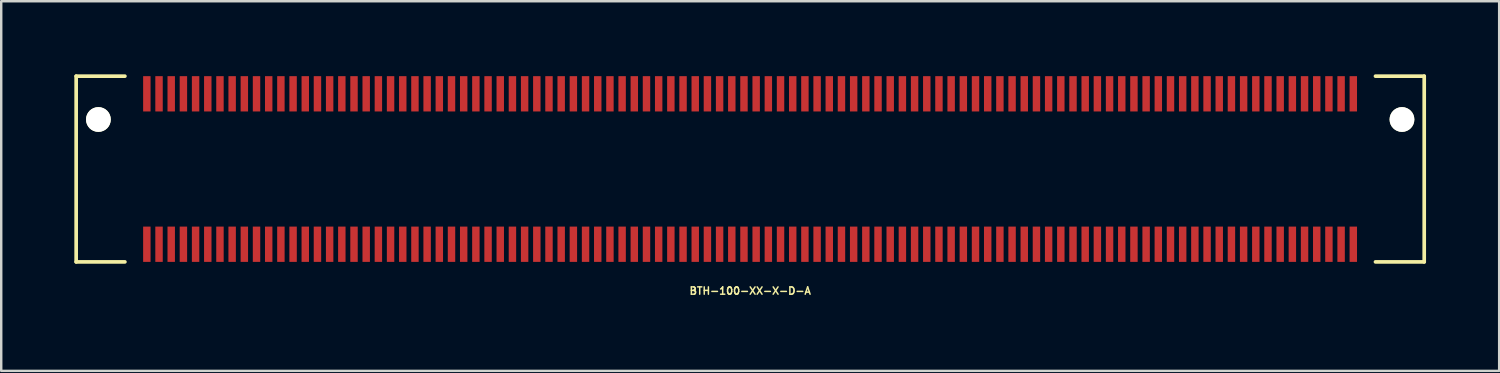
<source format=kicad_pcb>
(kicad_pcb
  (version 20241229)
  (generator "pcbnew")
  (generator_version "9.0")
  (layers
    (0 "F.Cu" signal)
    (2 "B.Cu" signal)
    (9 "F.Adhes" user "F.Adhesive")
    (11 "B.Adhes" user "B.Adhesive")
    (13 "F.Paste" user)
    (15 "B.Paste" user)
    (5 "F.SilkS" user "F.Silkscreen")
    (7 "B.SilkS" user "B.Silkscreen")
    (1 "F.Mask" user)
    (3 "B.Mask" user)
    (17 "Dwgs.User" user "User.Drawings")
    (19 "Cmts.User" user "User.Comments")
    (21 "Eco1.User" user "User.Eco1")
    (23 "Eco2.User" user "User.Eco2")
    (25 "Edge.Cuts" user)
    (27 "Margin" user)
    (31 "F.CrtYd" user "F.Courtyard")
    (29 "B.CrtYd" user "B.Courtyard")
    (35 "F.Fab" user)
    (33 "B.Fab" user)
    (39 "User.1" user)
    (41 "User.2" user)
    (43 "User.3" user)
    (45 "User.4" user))
  (footprint "BTH-100-XX-X-D-A"
    (layer "F.Cu")
    (at 27.73 3.885)
    (property "Reference" "BTH-100-XX-X-D-A" (at 0 5 0) (layer "F.SilkS") (effects (font (size 0.3 0.3) (thickness 0.061))))
    (attr smd)
    (fp_line (start -27.655 -3.81) (end -27.655 3.81) (stroke (width 0.15) (type solid)) (layer "F.SilkS"))
    (fp_line (start -27.655 3.81) (end -25.655 3.81) (stroke (width 0.15) (type solid)) (layer "F.SilkS"))
    (fp_line (start -25.655 -3.81) (end -27.655 -3.81) (stroke (width 0.15) (type solid)) (layer "F.SilkS"))
    (fp_line (start 25.655 -3.81) (end 27.655 -3.81) (stroke (width 0.15) (type solid)) (layer "F.SilkS"))
    (fp_line (start 27.655 -3.81) (end 27.655 3.81) (stroke (width 0.15) (type solid)) (layer "F.SilkS"))
    (fp_line (start 27.655 3.81) (end 25.655 3.81) (stroke (width 0.15) (type solid)) (layer "F.SilkS"))
    (pad "" np_thru_hole circle (at -26.743 -2.032) (size 1.016 1.016) (drill 1.016) (layers "*.Cu" "*.Mask" "F.SilkS"))
    (pad "" np_thru_hole circle (at 26.742 -2.032) (size 1.016 1.016) (drill 1.016) (layers "*.Cu" "*.Mask" "F.SilkS"))
    (pad "1" smd rect (at -24.755 -3.086) (size 0.305 1.448) (layers "F.Cu" "F.Mask" "F.Paste"))
    (pad "2" smd rect (at -24.755 3.086) (size 0.305 1.448) (layers "F.Cu" "F.Mask" "F.Paste"))
    (pad "3" smd rect (at -24.255 -3.086) (size 0.305 1.448) (layers "F.Cu" "F.Mask" "F.Paste"))
    (pad "4" smd rect (at -24.255 3.086) (size 0.305 1.448) (layers "F.Cu" "F.Mask" "F.Paste"))
    (pad "5" smd rect (at -23.755 -3.086) (size 0.305 1.448) (layers "F.Cu" "F.Mask" "F.Paste"))
    (pad "6" smd rect (at -23.755 3.086) (size 0.305 1.448) (layers "F.Cu" "F.Mask" "F.Paste"))
    (pad "7" smd rect (at -23.255 -3.086) (size 0.305 1.448) (layers "F.Cu" "F.Mask" "F.Paste"))
    (pad "8" smd rect (at -23.255 3.086) (size 0.305 1.448) (layers "F.Cu" "F.Mask" "F.Paste"))
    (pad "9" smd rect (at -22.755 -3.086) (size 0.305 1.448) (layers "F.Cu" "F.Mask" "F.Paste"))
    (pad "10" smd rect (at -22.755 3.086) (size 0.305 1.448) (layers "F.Cu" "F.Mask" "F.Paste"))
    (pad "11" smd rect (at -22.255 -3.086) (size 0.305 1.448) (layers "F.Cu" "F.Mask" "F.Paste"))
    (pad "12" smd rect (at -22.255 3.086) (size 0.305 1.448) (layers "F.Cu" "F.Mask" "F.Paste"))
    (pad "13" smd rect (at -21.755 -3.086) (size 0.305 1.448) (layers "F.Cu" "F.Mask" "F.Paste"))
    (pad "14" smd rect (at -21.755 3.086) (size 0.305 1.448) (layers "F.Cu" "F.Mask" "F.Paste"))
    (pad "15" smd rect (at -21.255 -3.086) (size 0.305 1.448) (layers "F.Cu" "F.Mask" "F.Paste"))
    (pad "16" smd rect (at -21.255 3.086) (size 0.305 1.448) (layers "F.Cu" "F.Mask" "F.Paste"))
    (pad "17" smd rect (at -20.755 -3.086) (size 0.305 1.448) (layers "F.Cu" "F.Mask" "F.Paste"))
    (pad "18" smd rect (at -20.755 3.086) (size 0.305 1.448) (layers "F.Cu" "F.Mask" "F.Paste"))
    (pad "19" smd rect (at -20.255 -3.086) (size 0.305 1.448) (layers "F.Cu" "F.Mask" "F.Paste"))
    (pad "20" smd rect (at -20.255 3.086) (size 0.305 1.448) (layers "F.Cu" "F.Mask" "F.Paste"))
    (pad "21" smd rect (at -19.755 -3.086) (size 0.305 1.448) (layers "F.Cu" "F.Mask" "F.Paste"))
    (pad "22" smd rect (at -19.755 3.086) (size 0.305 1.448) (layers "F.Cu" "F.Mask" "F.Paste"))
    (pad "23" smd rect (at -19.255 -3.086) (size 0.305 1.448) (layers "F.Cu" "F.Mask" "F.Paste"))
    (pad "24" smd rect (at -19.255 3.086) (size 0.305 1.448) (layers "F.Cu" "F.Mask" "F.Paste"))
    (pad "25" smd rect (at -18.755 -3.086) (size 0.305 1.448) (layers "F.Cu" "F.Mask" "F.Paste"))
    (pad "26" smd rect (at -18.755 3.086) (size 0.305 1.448) (layers "F.Cu" "F.Mask" "F.Paste"))
    (pad "27" smd rect (at -18.255 -3.086) (size 0.305 1.448) (layers "F.Cu" "F.Mask" "F.Paste"))
    (pad "28" smd rect (at -18.255 3.086) (size 0.305 1.448) (layers "F.Cu" "F.Mask" "F.Paste"))
    (pad "29" smd rect (at -17.755 -3.086) (size 0.305 1.448) (layers "F.Cu" "F.Mask" "F.Paste"))
    (pad "30" smd rect (at -17.755 3.086) (size 0.305 1.448) (layers "F.Cu" "F.Mask" "F.Paste"))
    (pad "31" smd rect (at -17.255 -3.086) (size 0.305 1.448) (layers "F.Cu" "F.Mask" "F.Paste"))
    (pad "32" smd rect (at -17.255 3.086) (size 0.305 1.448) (layers "F.Cu" "F.Mask" "F.Paste"))
    (pad "33" smd rect (at -16.755 -3.086) (size 0.305 1.448) (layers "F.Cu" "F.Mask" "F.Paste"))
    (pad "34" smd rect (at -16.755 3.086) (size 0.305 1.448) (layers "F.Cu" "F.Mask" "F.Paste"))
    (pad "35" smd rect (at -16.255 -3.086) (size 0.305 1.448) (layers "F.Cu" "F.Mask" "F.Paste"))
    (pad "36" smd rect (at -16.255 3.086) (size 0.305 1.448) (layers "F.Cu" "F.Mask" "F.Paste"))
    (pad "37" smd rect (at -15.755 -3.086) (size 0.305 1.448) (layers "F.Cu" "F.Mask" "F.Paste"))
    (pad "38" smd rect (at -15.755 3.086) (size 0.305 1.448) (layers "F.Cu" "F.Mask" "F.Paste"))
    (pad "39" smd rect (at -15.255 -3.086) (size 0.305 1.448) (layers "F.Cu" "F.Mask" "F.Paste"))
    (pad "40" smd rect (at -15.255 3.086) (size 0.305 1.448) (layers "F.Cu" "F.Mask" "F.Paste"))
    (pad "41" smd rect (at -14.755 -3.086) (size 0.305 1.448) (layers "F.Cu" "F.Mask" "F.Paste"))
    (pad "42" smd rect (at -14.755 3.086) (size 0.305 1.448) (layers "F.Cu" "F.Mask" "F.Paste"))
    (pad "43" smd rect (at -14.255 -3.086) (size 0.305 1.448) (layers "F.Cu" "F.Mask" "F.Paste"))
    (pad "44" smd rect (at -14.255 3.086) (size 0.305 1.448) (layers "F.Cu" "F.Mask" "F.Paste"))
    (pad "45" smd rect (at -13.755 -3.086) (size 0.305 1.448) (layers "F.Cu" "F.Mask" "F.Paste"))
    (pad "46" smd rect (at -13.755 3.086) (size 0.305 1.448) (layers "F.Cu" "F.Mask" "F.Paste"))
    (pad "47" smd rect (at -13.255 -3.086) (size 0.305 1.448) (layers "F.Cu" "F.Mask" "F.Paste"))
    (pad "48" smd rect (at -13.255 3.086) (size 0.305 1.448) (layers "F.Cu" "F.Mask" "F.Paste"))
    (pad "49" smd rect (at -12.755 -3.086) (size 0.305 1.448) (layers "F.Cu" "F.Mask" "F.Paste"))
    (pad "50" smd rect (at -12.755 3.086) (size 0.305 1.448) (layers "F.Cu" "F.Mask" "F.Paste"))
    (pad "51" smd rect (at -12.255 -3.086) (size 0.305 1.448) (layers "F.Cu" "F.Mask" "F.Paste"))
    (pad "52" smd rect (at -12.255 3.086) (size 0.305 1.448) (layers "F.Cu" "F.Mask" "F.Paste"))
    (pad "53" smd rect (at -11.755 -3.086) (size 0.305 1.448) (layers "F.Cu" "F.Mask" "F.Paste"))
    (pad "54" smd rect (at -11.755 3.086) (size 0.305 1.448) (layers "F.Cu" "F.Mask" "F.Paste"))
    (pad "55" smd rect (at -11.255 -3.086) (size 0.305 1.448) (layers "F.Cu" "F.Mask" "F.Paste"))
    (pad "56" smd rect (at -11.255 3.086) (size 0.305 1.448) (layers "F.Cu" "F.Mask" "F.Paste"))
    (pad "57" smd rect (at -10.755 -3.086) (size 0.305 1.448) (layers "F.Cu" "F.Mask" "F.Paste"))
    (pad "58" smd rect (at -10.755 3.086) (size 0.305 1.448) (layers "F.Cu" "F.Mask" "F.Paste"))
    (pad "59" smd rect (at -10.255 -3.086) (size 0.305 1.448) (layers "F.Cu" "F.Mask" "F.Paste"))
    (pad "60" smd rect (at -10.255 3.086) (size 0.305 1.448) (layers "F.Cu" "F.Mask" "F.Paste"))
    (pad "61" smd rect (at -9.755 -3.086) (size 0.305 1.448) (layers "F.Cu" "F.Mask" "F.Paste"))
    (pad "62" smd rect (at -9.755 3.086) (size 0.305 1.448) (layers "F.Cu" "F.Mask" "F.Paste"))
    (pad "63" smd rect (at -9.255 -3.086) (size 0.305 1.448) (layers "F.Cu" "F.Mask" "F.Paste"))
    (pad "64" smd rect (at -9.255 3.086) (size 0.305 1.448) (layers "F.Cu" "F.Mask" "F.Paste"))
    (pad "65" smd rect (at -8.755 -3.086) (size 0.305 1.448) (layers "F.Cu" "F.Mask" "F.Paste"))
    (pad "66" smd rect (at -8.755 3.086) (size 0.305 1.448) (layers "F.Cu" "F.Mask" "F.Paste"))
    (pad "67" smd rect (at -8.255 -3.086) (size 0.305 1.448) (layers "F.Cu" "F.Mask" "F.Paste"))
    (pad "68" smd rect (at -8.255 3.086) (size 0.305 1.448) (layers "F.Cu" "F.Mask" "F.Paste"))
    (pad "69" smd rect (at -7.755 -3.086) (size 0.305 1.448) (layers "F.Cu" "F.Mask" "F.Paste"))
    (pad "70" smd rect (at -7.755 3.086) (size 0.305 1.448) (layers "F.Cu" "F.Mask" "F.Paste"))
    (pad "71" smd rect (at -7.255 -3.086) (size 0.305 1.448) (layers "F.Cu" "F.Mask" "F.Paste"))
    (pad "72" smd rect (at -7.255 3.086) (size 0.305 1.448) (layers "F.Cu" "F.Mask" "F.Paste"))
    (pad "73" smd rect (at -6.755 -3.086) (size 0.305 1.448) (layers "F.Cu" "F.Mask" "F.Paste"))
    (pad "74" smd rect (at -6.755 3.086) (size 0.305 1.448) (layers "F.Cu" "F.Mask" "F.Paste"))
    (pad "75" smd rect (at -6.255 -3.086) (size 0.305 1.448) (layers "F.Cu" "F.Mask" "F.Paste"))
    (pad "76" smd rect (at -6.255 3.086) (size 0.305 1.448) (layers "F.Cu" "F.Mask" "F.Paste"))
    (pad "77" smd rect (at -5.755 -3.086) (size 0.305 1.448) (layers "F.Cu" "F.Mask" "F.Paste"))
    (pad "78" smd rect (at -5.755 3.086) (size 0.305 1.448) (layers "F.Cu" "F.Mask" "F.Paste"))
    (pad "79" smd rect (at -5.255 -3.086) (size 0.305 1.448) (layers "F.Cu" "F.Mask" "F.Paste"))
    (pad "80" smd rect (at -5.255 3.086) (size 0.305 1.448) (layers "F.Cu" "F.Mask" "F.Paste"))
    (pad "81" smd rect (at -4.755 -3.086) (size 0.305 1.448) (layers "F.Cu" "F.Mask" "F.Paste"))
    (pad "82" smd rect (at -4.755 3.086) (size 0.305 1.448) (layers "F.Cu" "F.Mask" "F.Paste"))
    (pad "83" smd rect (at -4.255 -3.086) (size 0.305 1.448) (layers "F.Cu" "F.Mask" "F.Paste"))
    (pad "84" smd rect (at -4.255 3.086) (size 0.305 1.448) (layers "F.Cu" "F.Mask" "F.Paste"))
    (pad "85" smd rect (at -3.755 -3.086) (size 0.305 1.448) (layers "F.Cu" "F.Mask" "F.Paste"))
    (pad "86" smd rect (at -3.755 3.086) (size 0.305 1.448) (layers "F.Cu" "F.Mask" "F.Paste"))
    (pad "87" smd rect (at -3.255 -3.086) (size 0.305 1.448) (layers "F.Cu" "F.Mask" "F.Paste"))
    (pad "88" smd rect (at -3.255 3.086) (size 0.305 1.448) (layers "F.Cu" "F.Mask" "F.Paste"))
    (pad "89" smd rect (at -2.755 -3.086) (size 0.305 1.448) (layers "F.Cu" "F.Mask" "F.Paste"))
    (pad "90" smd rect (at -2.755 3.086) (size 0.305 1.448) (layers "F.Cu" "F.Mask" "F.Paste"))
    (pad "91" smd rect (at -2.255 -3.086) (size 0.305 1.448) (layers "F.Cu" "F.Mask" "F.Paste"))
    (pad "92" smd rect (at -2.255 3.086) (size 0.305 1.448) (layers "F.Cu" "F.Mask" "F.Paste"))
    (pad "93" smd rect (at -1.755 -3.086) (size 0.305 1.448) (layers "F.Cu" "F.Mask" "F.Paste"))
    (pad "94" smd rect (at -1.755 3.086) (size 0.305 1.448) (layers "F.Cu" "F.Mask" "F.Paste"))
    (pad "95" smd rect (at -1.255 -3.086) (size 0.305 1.448) (layers "F.Cu" "F.Mask" "F.Paste"))
    (pad "96" smd rect (at -1.255 3.086) (size 0.305 1.448) (layers "F.Cu" "F.Mask" "F.Paste"))
    (pad "97" smd rect (at -0.755 -3.086) (size 0.305 1.448) (layers "F.Cu" "F.Mask" "F.Paste"))
    (pad "98" smd rect (at -0.755 3.086) (size 0.305 1.448) (layers "F.Cu" "F.Mask" "F.Paste"))
    (pad "99" smd rect (at -0.255 -3.086) (size 0.305 1.448) (layers "F.Cu" "F.Mask" "F.Paste"))
    (pad "100" smd rect (at -0.255 3.086) (size 0.305 1.448) (layers "F.Cu" "F.Mask" "F.Paste"))
    (pad "101" smd rect (at 0.245 -3.086) (size 0.305 1.448) (layers "F.Cu" "F.Mask" "F.Paste"))
    (pad "102" smd rect (at 0.245 3.086) (size 0.305 1.448) (layers "F.Cu" "F.Mask" "F.Paste"))
    (pad "103" smd rect (at 0.745 -3.086) (size 0.305 1.448) (layers "F.Cu" "F.Mask" "F.Paste"))
    (pad "104" smd rect (at 0.745 3.086) (size 0.305 1.448) (layers "F.Cu" "F.Mask" "F.Paste"))
    (pad "105" smd rect (at 1.245 -3.086) (size 0.305 1.448) (layers "F.Cu" "F.Mask" "F.Paste"))
    (pad "106" smd rect (at 1.245 3.086) (size 0.305 1.448) (layers "F.Cu" "F.Mask" "F.Paste"))
    (pad "107" smd rect (at 1.745 -3.086) (size 0.305 1.448) (layers "F.Cu" "F.Mask" "F.Paste"))
    (pad "108" smd rect (at 1.745 3.086) (size 0.305 1.448) (layers "F.Cu" "F.Mask" "F.Paste"))
    (pad "109" smd rect (at 2.245 -3.086) (size 0.305 1.448) (layers "F.Cu" "F.Mask" "F.Paste"))
    (pad "110" smd rect (at 2.245 3.086) (size 0.305 1.448) (layers "F.Cu" "F.Mask" "F.Paste"))
    (pad "111" smd rect (at 2.745 -3.086) (size 0.305 1.448) (layers "F.Cu" "F.Mask" "F.Paste"))
    (pad "112" smd rect (at 2.745 3.086) (size 0.305 1.448) (layers "F.Cu" "F.Mask" "F.Paste"))
    (pad "113" smd rect (at 3.245 -3.086) (size 0.305 1.448) (layers "F.Cu" "F.Mask" "F.Paste"))
    (pad "114" smd rect (at 3.245 3.086) (size 0.305 1.448) (layers "F.Cu" "F.Mask" "F.Paste"))
    (pad "115" smd rect (at 3.745 -3.086) (size 0.305 1.448) (layers "F.Cu" "F.Mask" "F.Paste"))
    (pad "116" smd rect (at 3.745 3.086) (size 0.305 1.448) (layers "F.Cu" "F.Mask" "F.Paste"))
    (pad "117" smd rect (at 4.245 -3.086) (size 0.305 1.448) (layers "F.Cu" "F.Mask" "F.Paste"))
    (pad "118" smd rect (at 4.245 3.086) (size 0.305 1.448) (layers "F.Cu" "F.Mask" "F.Paste"))
    (pad "119" smd rect (at 4.745 -3.086) (size 0.305 1.448) (layers "F.Cu" "F.Mask" "F.Paste"))
    (pad "120" smd rect (at 4.745 3.086) (size 0.305 1.448) (layers "F.Cu" "F.Mask" "F.Paste"))
    (pad "121" smd rect (at 5.245 -3.086) (size 0.305 1.448) (layers "F.Cu" "F.Mask" "F.Paste"))
    (pad "122" smd rect (at 5.245 3.086) (size 0.305 1.448) (layers "F.Cu" "F.Mask" "F.Paste"))
    (pad "123" smd rect (at 5.745 -3.086) (size 0.305 1.448) (layers "F.Cu" "F.Mask" "F.Paste"))
    (pad "124" smd rect (at 5.745 3.086) (size 0.305 1.448) (layers "F.Cu" "F.Mask" "F.Paste"))
    (pad "125" smd rect (at 6.245 -3.086) (size 0.305 1.448) (layers "F.Cu" "F.Mask" "F.Paste"))
    (pad "126" smd rect (at 6.245 3.086) (size 0.305 1.448) (layers "F.Cu" "F.Mask" "F.Paste"))
    (pad "127" smd rect (at 6.745 -3.086) (size 0.305 1.448) (layers "F.Cu" "F.Mask" "F.Paste"))
    (pad "128" smd rect (at 6.745 3.086) (size 0.305 1.448) (layers "F.Cu" "F.Mask" "F.Paste"))
    (pad "129" smd rect (at 7.245 -3.086) (size 0.305 1.448) (layers "F.Cu" "F.Mask" "F.Paste"))
    (pad "130" smd rect (at 7.245 3.086) (size 0.305 1.448) (layers "F.Cu" "F.Mask" "F.Paste"))
    (pad "131" smd rect (at 7.745 -3.086) (size 0.305 1.448) (layers "F.Cu" "F.Mask" "F.Paste"))
    (pad "132" smd rect (at 7.745 3.086) (size 0.305 1.448) (layers "F.Cu" "F.Mask" "F.Paste"))
    (pad "133" smd rect (at 8.245 -3.086) (size 0.305 1.448) (layers "F.Cu" "F.Mask" "F.Paste"))
    (pad "134" smd rect (at 8.245 3.086) (size 0.305 1.448) (layers "F.Cu" "F.Mask" "F.Paste"))
    (pad "135" smd rect (at 8.745 -3.086) (size 0.305 1.448) (layers "F.Cu" "F.Mask" "F.Paste"))
    (pad "136" smd rect (at 8.745 3.086) (size 0.305 1.448) (layers "F.Cu" "F.Mask" "F.Paste"))
    (pad "137" smd rect (at 9.245 -3.086) (size 0.305 1.448) (layers "F.Cu" "F.Mask" "F.Paste"))
    (pad "138" smd rect (at 9.245 3.086) (size 0.305 1.448) (layers "F.Cu" "F.Mask" "F.Paste"))
    (pad "139" smd rect (at 9.745 -3.086) (size 0.305 1.448) (layers "F.Cu" "F.Mask" "F.Paste"))
    (pad "140" smd rect (at 9.745 3.086) (size 0.305 1.448) (layers "F.Cu" "F.Mask" "F.Paste"))
    (pad "141" smd rect (at 10.245 -3.086) (size 0.305 1.448) (layers "F.Cu" "F.Mask" "F.Paste"))
    (pad "142" smd rect (at 10.245 3.086) (size 0.305 1.448) (layers "F.Cu" "F.Mask" "F.Paste"))
    (pad "143" smd rect (at 10.745 -3.086) (size 0.305 1.448) (layers "F.Cu" "F.Mask" "F.Paste"))
    (pad "144" smd rect (at 10.745 3.086) (size 0.305 1.448) (layers "F.Cu" "F.Mask" "F.Paste"))
    (pad "145" smd rect (at 11.245 -3.086) (size 0.305 1.448) (layers "F.Cu" "F.Mask" "F.Paste"))
    (pad "146" smd rect (at 11.245 3.086) (size 0.305 1.448) (layers "F.Cu" "F.Mask" "F.Paste"))
    (pad "147" smd rect (at 11.745 -3.086) (size 0.305 1.448) (layers "F.Cu" "F.Mask" "F.Paste"))
    (pad "148" smd rect (at 11.745 3.086) (size 0.305 1.448) (layers "F.Cu" "F.Mask" "F.Paste"))
    (pad "149" smd rect (at 12.245 -3.086) (size 0.305 1.448) (layers "F.Cu" "F.Mask" "F.Paste"))
    (pad "150" smd rect (at 12.245 3.086) (size 0.305 1.448) (layers "F.Cu" "F.Mask" "F.Paste"))
    (pad "151" smd rect (at 12.745 -3.086) (size 0.305 1.448) (layers "F.Cu" "F.Mask" "F.Paste"))
    (pad "152" smd rect (at 12.745 3.086) (size 0.305 1.448) (layers "F.Cu" "F.Mask" "F.Paste"))
    (pad "153" smd rect (at 13.245 -3.086) (size 0.305 1.448) (layers "F.Cu" "F.Mask" "F.Paste"))
    (pad "154" smd rect (at 13.245 3.086) (size 0.305 1.448) (layers "F.Cu" "F.Mask" "F.Paste"))
    (pad "155" smd rect (at 13.745 -3.086) (size 0.305 1.448) (layers "F.Cu" "F.Mask" "F.Paste"))
    (pad "156" smd rect (at 13.745 3.086) (size 0.305 1.448) (layers "F.Cu" "F.Mask" "F.Paste"))
    (pad "157" smd rect (at 14.245 -3.086) (size 0.305 1.448) (layers "F.Cu" "F.Mask" "F.Paste"))
    (pad "158" smd rect (at 14.245 3.086) (size 0.305 1.448) (layers "F.Cu" "F.Mask" "F.Paste"))
    (pad "159" smd rect (at 14.745 -3.086) (size 0.305 1.448) (layers "F.Cu" "F.Mask" "F.Paste"))
    (pad "160" smd rect (at 14.745 3.086) (size 0.305 1.448) (layers "F.Cu" "F.Mask" "F.Paste"))
    (pad "161" smd rect (at 15.245 -3.086) (size 0.305 1.448) (layers "F.Cu" "F.Mask" "F.Paste"))
    (pad "162" smd rect (at 15.245 3.086) (size 0.305 1.448) (layers "F.Cu" "F.Mask" "F.Paste"))
    (pad "163" smd rect (at 15.745 -3.086) (size 0.305 1.448) (layers "F.Cu" "F.Mask" "F.Paste"))
    (pad "164" smd rect (at 15.745 3.086) (size 0.305 1.448) (layers "F.Cu" "F.Mask" "F.Paste"))
    (pad "165" smd rect (at 16.245 -3.086) (size 0.305 1.448) (layers "F.Cu" "F.Mask" "F.Paste"))
    (pad "166" smd rect (at 16.245 3.086) (size 0.305 1.448) (layers "F.Cu" "F.Mask" "F.Paste"))
    (pad "167" smd rect (at 16.745 -3.086) (size 0.305 1.448) (layers "F.Cu" "F.Mask" "F.Paste"))
    (pad "168" smd rect (at 16.745 3.086) (size 0.305 1.448) (layers "F.Cu" "F.Mask" "F.Paste"))
    (pad "169" smd rect (at 17.245 -3.086) (size 0.305 1.448) (layers "F.Cu" "F.Mask" "F.Paste"))
    (pad "170" smd rect (at 17.245 3.086) (size 0.305 1.448) (layers "F.Cu" "F.Mask" "F.Paste"))
    (pad "171" smd rect (at 17.745 -3.086) (size 0.305 1.448) (layers "F.Cu" "F.Mask" "F.Paste"))
    (pad "172" smd rect (at 17.745 3.086) (size 0.305 1.448) (layers "F.Cu" "F.Mask" "F.Paste"))
    (pad "173" smd rect (at 18.245 -3.086) (size 0.305 1.448) (layers "F.Cu" "F.Mask" "F.Paste"))
    (pad "174" smd rect (at 18.245 3.086) (size 0.305 1.448) (layers "F.Cu" "F.Mask" "F.Paste"))
    (pad "175" smd rect (at 18.745 -3.086) (size 0.305 1.448) (layers "F.Cu" "F.Mask" "F.Paste"))
    (pad "176" smd rect (at 18.745 3.086) (size 0.305 1.448) (layers "F.Cu" "F.Mask" "F.Paste"))
    (pad "177" smd rect (at 19.245 -3.086) (size 0.305 1.448) (layers "F.Cu" "F.Mask" "F.Paste"))
    (pad "178" smd rect (at 19.245 3.086) (size 0.305 1.448) (layers "F.Cu" "F.Mask" "F.Paste"))
    (pad "179" smd rect (at 19.745 -3.086) (size 0.305 1.448) (layers "F.Cu" "F.Mask" "F.Paste"))
    (pad "180" smd rect (at 19.745 3.086) (size 0.305 1.448) (layers "F.Cu" "F.Mask" "F.Paste"))
    (pad "181" smd rect (at 20.245 -3.086) (size 0.305 1.448) (layers "F.Cu" "F.Mask" "F.Paste"))
    (pad "182" smd rect (at 20.245 3.086) (size 0.305 1.448) (layers "F.Cu" "F.Mask" "F.Paste"))
    (pad "183" smd rect (at 20.745 -3.086) (size 0.305 1.448) (layers "F.Cu" "F.Mask" "F.Paste"))
    (pad "184" smd rect (at 20.745 3.086) (size 0.305 1.448) (layers "F.Cu" "F.Mask" "F.Paste"))
    (pad "185" smd rect (at 21.245 -3.086) (size 0.305 1.448) (layers "F.Cu" "F.Mask" "F.Paste"))
    (pad "186" smd rect (at 21.245 3.086) (size 0.305 1.448) (layers "F.Cu" "F.Mask" "F.Paste"))
    (pad "187" smd rect (at 21.745 -3.086) (size 0.305 1.448) (layers "F.Cu" "F.Mask" "F.Paste"))
    (pad "188" smd rect (at 21.745 3.086) (size 0.305 1.448) (layers "F.Cu" "F.Mask" "F.Paste"))
    (pad "189" smd rect (at 22.245 -3.086) (size 0.305 1.448) (layers "F.Cu" "F.Mask" "F.Paste"))
    (pad "190" smd rect (at 22.245 3.086) (size 0.305 1.448) (layers "F.Cu" "F.Mask" "F.Paste"))
    (pad "191" smd rect (at 22.745 -3.086) (size 0.305 1.448) (layers "F.Cu" "F.Mask" "F.Paste"))
    (pad "192" smd rect (at 22.745 3.086) (size 0.305 1.448) (layers "F.Cu" "F.Mask" "F.Paste"))
    (pad "193" smd rect (at 23.245 -3.086) (size 0.305 1.448) (layers "F.Cu" "F.Mask" "F.Paste"))
    (pad "194" smd rect (at 23.245 3.086) (size 0.305 1.448) (layers "F.Cu" "F.Mask" "F.Paste"))
    (pad "195" smd rect (at 23.745 -3.086) (size 0.305 1.448) (layers "F.Cu" "F.Mask" "F.Paste"))
    (pad "196" smd rect (at 23.745 3.086) (size 0.305 1.448) (layers "F.Cu" "F.Mask" "F.Paste"))
    (pad "197" smd rect (at 24.245 -3.086) (size 0.305 1.448) (layers "F.Cu" "F.Mask" "F.Paste"))
    (pad "198" smd rect (at 24.245 3.086) (size 0.305 1.448) (layers "F.Cu" "F.Mask" "F.Paste"))
    (pad "199" smd rect (at 24.745 -3.086) (size 0.305 1.448) (layers "F.Cu" "F.Mask" "F.Paste"))
    (pad "200" smd rect (at 24.745 3.086) (size 0.305 1.448) (layers "F.Cu" "F.Mask" "F.Paste")))
  (gr_rect
    (start -3 -3)
    (end 58.46 12.167)
    (stroke (width 0.1) (type default))
    (fill no)
    (layer "Edge.Cuts")))
</source>
